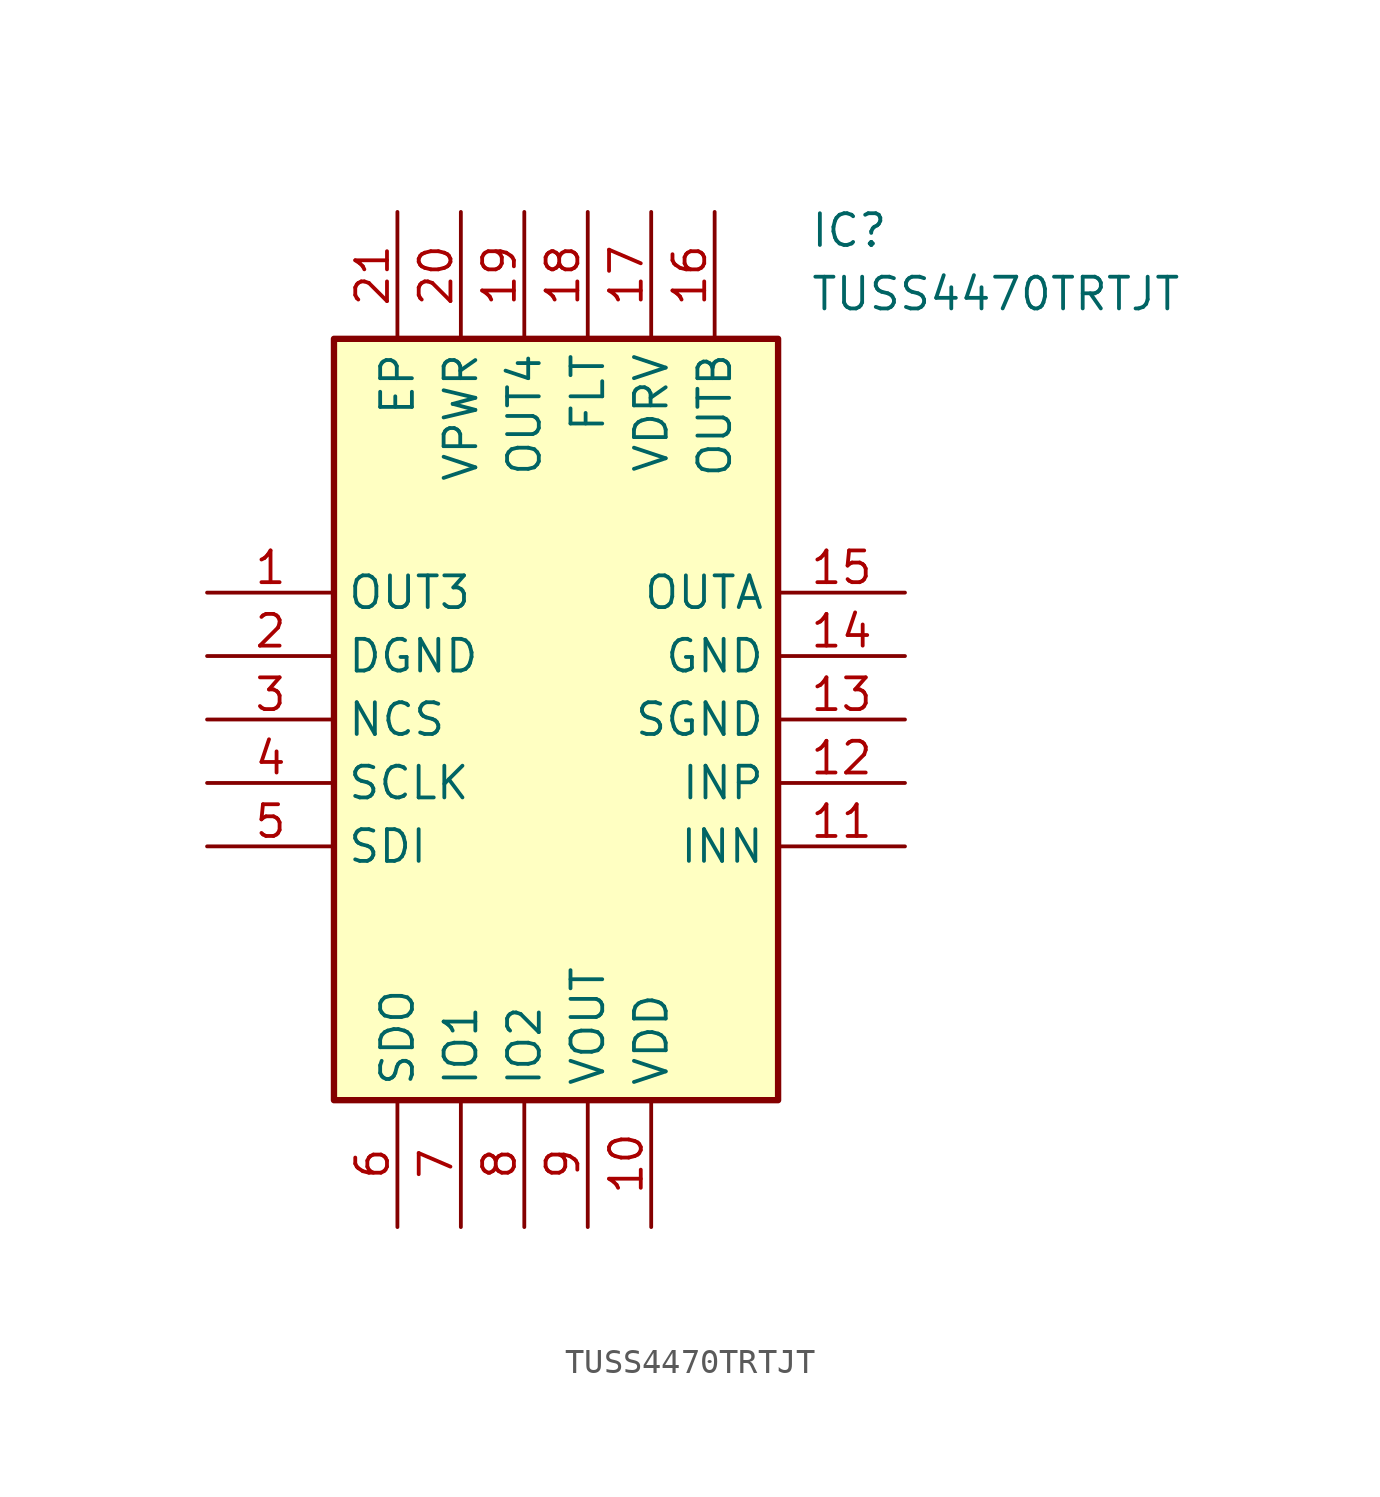
<source format=kicad_sym>
(kicad_symbol_lib
  (version 20211014)
  (generator SamacSys_ECAD_Model)
  (symbol "TUSS4470TRTJT"
    (property "Reference" "IC"
      (at 24.13 15.24 0)
      (effects (font (size 1.27 1.27)) (justify left top)))
    (property "Value" "TUSS4470TRTJT"
      (at 24.13 12.7 0)
      (effects (font (size 1.27 1.27)) (justify left top)))
    (rectangle
      (start 5.08 10.16)
      (end 22.86 -20.32)
      (stroke (width 0.254) (type default))
      (fill (type background)))
    (pin passive line
      (at 0 0 0)
      (length 5.08)
      (name "OUT3" (effects (font (size 1.27 1.27))))
      (number "1" (effects (font (size 1.27 1.27)))))
    (pin passive line
      (at 0 -2.54 0)
      (length 5.08)
      (name "DGND" (effects (font (size 1.27 1.27))))
      (number "2" (effects (font (size 1.27 1.27)))))
    (pin passive line
      (at 0 -5.08 0)
      (length 5.08)
      (name "NCS" (effects (font (size 1.27 1.27))))
      (number "3" (effects (font (size 1.27 1.27)))))
    (pin passive line
      (at 0 -7.62 0)
      (length 5.08)
      (name "SCLK" (effects (font (size 1.27 1.27))))
      (number "4" (effects (font (size 1.27 1.27)))))
    (pin passive line
      (at 0 -10.16 0)
      (length 5.08)
      (name "SDI" (effects (font (size 1.27 1.27))))
      (number "5" (effects (font (size 1.27 1.27)))))
    (pin passive line
      (at 7.62 -25.4 90)
      (length 5.08)
      (name "SDO" (effects (font (size 1.27 1.27))))
      (number "6" (effects (font (size 1.27 1.27)))))
    (pin passive line
      (at 10.16 -25.4 90)
      (length 5.08)
      (name "IO1" (effects (font (size 1.27 1.27))))
      (number "7" (effects (font (size 1.27 1.27)))))
    (pin passive line
      (at 12.7 -25.4 90)
      (length 5.08)
      (name "IO2" (effects (font (size 1.27 1.27))))
      (number "8" (effects (font (size 1.27 1.27)))))
    (pin passive line
      (at 15.24 -25.4 90)
      (length 5.08)
      (name "VOUT" (effects (font (size 1.27 1.27))))
      (number "9" (effects (font (size 1.27 1.27)))))
    (pin passive line
      (at 17.78 -25.4 90)
      (length 5.08)
      (name "VDD" (effects (font (size 1.27 1.27))))
      (number "10" (effects (font (size 1.27 1.27)))))
    (pin passive line
      (at 27.94 0 180)
      (length 5.08)
      (name "OUTA" (effects (font (size 1.27 1.27))))
      (number "15" (effects (font (size 1.27 1.27)))))
    (pin passive line
      (at 27.94 -2.54 180)
      (length 5.08)
      (name "GND" (effects (font (size 1.27 1.27))))
      (number "14" (effects (font (size 1.27 1.27)))))
    (pin passive line
      (at 27.94 -5.08 180)
      (length 5.08)
      (name "SGND" (effects (font (size 1.27 1.27))))
      (number "13" (effects (font (size 1.27 1.27)))))
    (pin passive line
      (at 27.94 -7.62 180)
      (length 5.08)
      (name "INP" (effects (font (size 1.27 1.27))))
      (number "12" (effects (font (size 1.27 1.27)))))
    (pin passive line
      (at 27.94 -10.16 180)
      (length 5.08)
      (name "INN" (effects (font (size 1.27 1.27))))
      (number "11" (effects (font (size 1.27 1.27)))))
    (pin passive line
      (at 7.62 15.24 270)
      (length 5.08)
      (name "EP" (effects (font (size 1.27 1.27))))
      (number "21" (effects (font (size 1.27 1.27)))))
    (pin passive line
      (at 10.16 15.24 270)
      (length 5.08)
      (name "VPWR" (effects (font (size 1.27 1.27))))
      (number "20" (effects (font (size 1.27 1.27)))))
    (pin passive line
      (at 12.7 15.24 270)
      (length 5.08)
      (name "OUT4" (effects (font (size 1.27 1.27))))
      (number "19" (effects (font (size 1.27 1.27)))))
    (pin passive line
      (at 15.24 15.24 270)
      (length 5.08)
      (name "FLT" (effects (font (size 1.27 1.27))))
      (number "18" (effects (font (size 1.27 1.27)))))
    (pin passive line
      (at 17.78 15.24 270)
      (length 5.08)
      (name "VDRV" (effects (font (size 1.27 1.27))))
      (number "17" (effects (font (size 1.27 1.27)))))
    (pin passive line
      (at 20.32 15.24 270)
      (length 5.08)
      (name "OUTB" (effects (font (size 1.27 1.27))))
      (number "16" (effects (font (size 1.27 1.27)))))))
</source>
